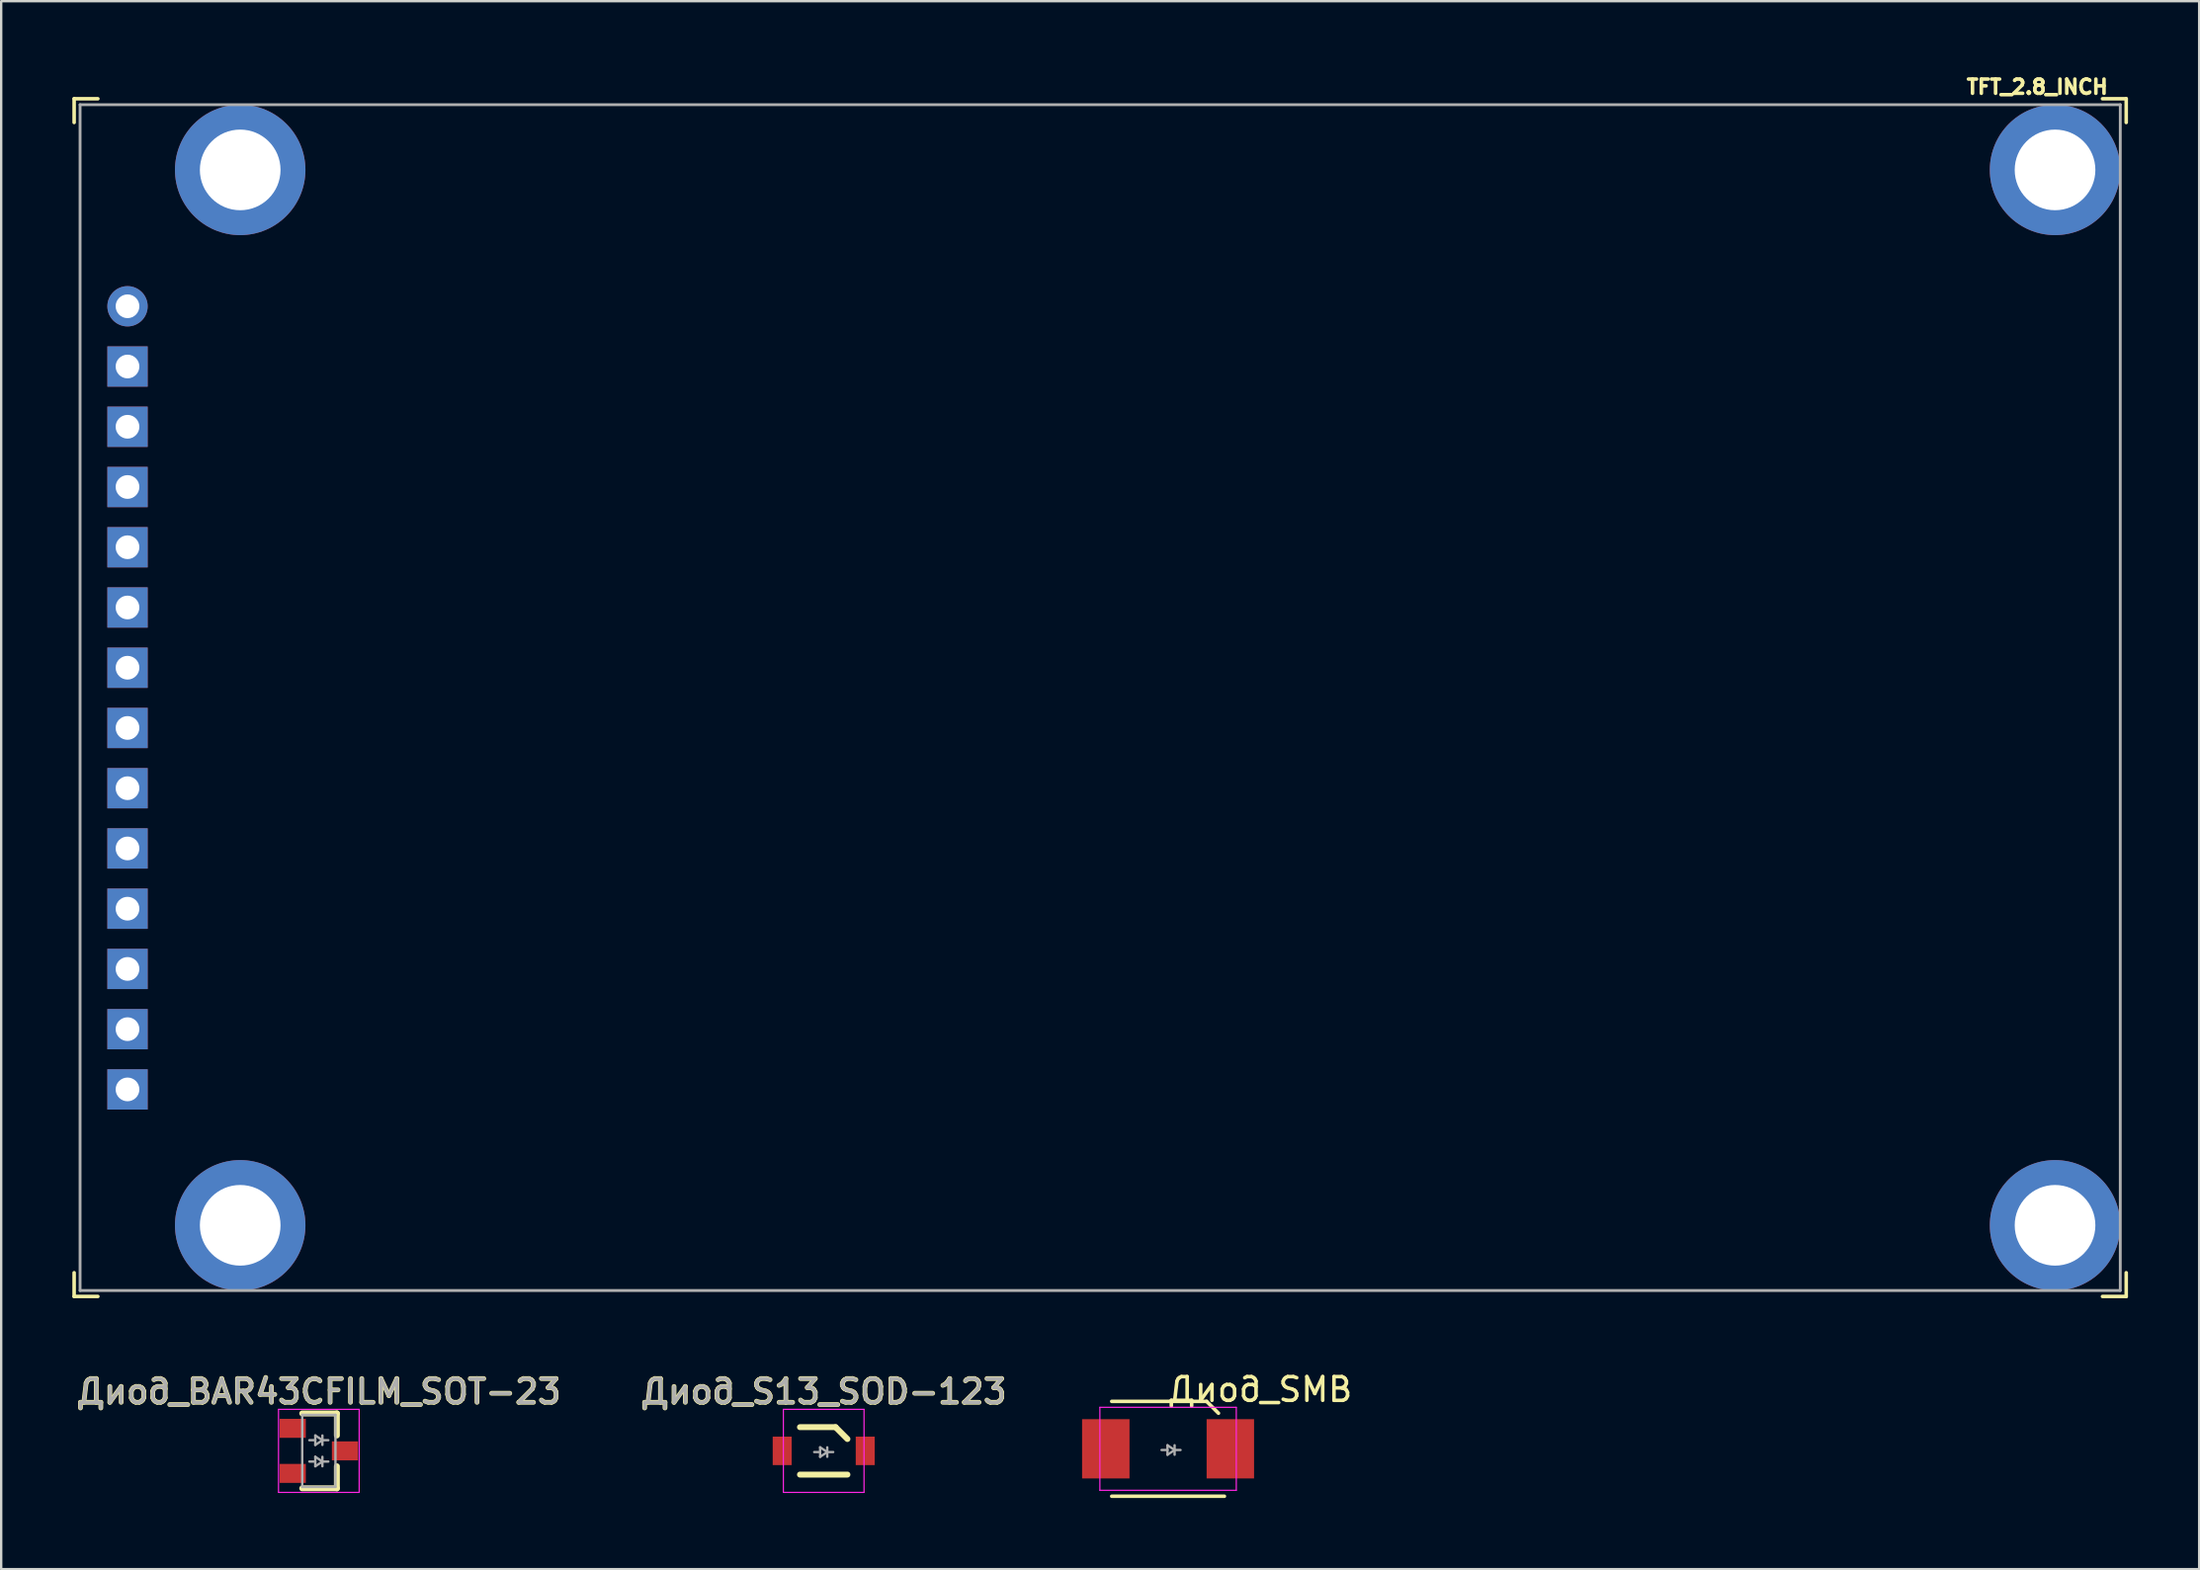
<source format=kicad_pcb>
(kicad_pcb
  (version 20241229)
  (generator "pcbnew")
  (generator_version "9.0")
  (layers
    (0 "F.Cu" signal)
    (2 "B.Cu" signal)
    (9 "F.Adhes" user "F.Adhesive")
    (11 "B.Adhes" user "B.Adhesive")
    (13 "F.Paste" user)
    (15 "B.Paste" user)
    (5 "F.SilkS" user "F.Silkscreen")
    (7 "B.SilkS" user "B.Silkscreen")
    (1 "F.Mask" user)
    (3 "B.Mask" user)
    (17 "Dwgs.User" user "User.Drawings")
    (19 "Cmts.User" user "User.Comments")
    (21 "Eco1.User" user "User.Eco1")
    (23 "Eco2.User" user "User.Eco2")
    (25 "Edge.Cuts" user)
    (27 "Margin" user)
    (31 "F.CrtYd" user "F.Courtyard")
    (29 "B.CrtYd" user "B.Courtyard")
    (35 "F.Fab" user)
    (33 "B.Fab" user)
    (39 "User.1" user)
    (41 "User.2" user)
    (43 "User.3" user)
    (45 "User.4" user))
  (footprint "TFT_2.8_INCH"
    (layer "F.Cu")
    (at 2.325 9.864)
    (property "Reference" "TFT_2.8_INCH" (at 80.5 -9.25 0) (layer "F.SilkS") (effects (font (size 0.6 0.6) (thickness 0.15))))
    (attr through_hole)
    (fp_line (start -2.25 -8.75) (end -2.25 -7.75) (stroke (width 0.15) (type solid)) (layer "F.SilkS"))
    (fp_line (start -2.25 -8.75) (end -1.25 -8.75) (stroke (width 0.15) (type solid)) (layer "F.SilkS"))
    (fp_line (start -2.25 41.75) (end -2.25 40.75) (stroke (width 0.15) (type solid)) (layer "F.SilkS"))
    (fp_line (start -2.25 41.75) (end -1.25 41.75) (stroke (width 0.15) (type solid)) (layer "F.SilkS"))
    (fp_line (start 84.25 -8.75) (end 83.25 -8.75) (stroke (width 0.15) (type solid)) (layer "F.SilkS"))
    (fp_line (start 84.25 -8.75) (end 84.25 -7.75) (stroke (width 0.15) (type solid)) (layer "F.SilkS"))
    (fp_line (start 84.25 41.75) (end 83.25 41.75) (stroke (width 0.15) (type solid)) (layer "F.SilkS"))
    (fp_line (start 84.25 41.75) (end 84.25 40.75) (stroke (width 0.15) (type solid)) (layer "F.SilkS"))
    (fp_line (start -2 -8.5) (end 84 -8.5) (stroke (width 0.12) (type solid)) (layer "F.Fab"))
    (fp_line (start -2 41.5) (end -2 -8.5) (stroke (width 0.12) (type solid)) (layer "F.Fab"))
    (fp_line (start 84 -8.5) (end 84 41.5) (stroke (width 0.12) (type solid)) (layer "F.Fab"))
    (fp_line (start 84 41.5) (end -2 41.5) (stroke (width 0.12) (type solid)) (layer "F.Fab"))
    (pad "0" thru_hole circle (at 4.75 -5.75) (size 5.5 5.5) (drill 3.4) (layers "*.Cu" "*.Mask"))
    (pad "0" thru_hole circle (at 4.75 38.75) (size 5.5 5.5) (drill 3.4) (layers "*.Cu" "*.Mask"))
    (pad "0" thru_hole circle (at 81.25 -5.75) (size 5.5 5.5) (drill 3.4) (layers "*.Cu" "*.Mask"))
    (pad "0" thru_hole circle (at 81.25 38.75) (size 5.5 5.5) (drill 3.4) (layers "*.Cu" "*.Mask"))
    (pad "1" thru_hole circle (at 0 0) (size 1.7 1.7) (drill 1) (layers "*.Cu" "*.Mask"))
    (pad "2" thru_hole rect (at 0 2.54) (size 1.7 1.7) (drill 1) (layers "*.Cu" "*.Mask"))
    (pad "3" thru_hole rect (at 0 5.08) (size 1.7 1.7) (drill 1) (layers "*.Cu" "*.Mask"))
    (pad "4" thru_hole rect (at 0 7.62) (size 1.7 1.7) (drill 1) (layers "*.Cu" "*.Mask"))
    (pad "5" thru_hole rect (at 0 10.16) (size 1.7 1.7) (drill 1) (layers "*.Cu" "*.Mask"))
    (pad "6" thru_hole rect (at 0 12.7) (size 1.7 1.7) (drill 1) (layers "*.Cu" "*.Mask"))
    (pad "7" thru_hole rect (at 0 15.24) (size 1.7 1.7) (drill 1) (layers "*.Cu" "*.Mask"))
    (pad "8" thru_hole rect (at 0 17.78) (size 1.7 1.7) (drill 1) (layers "*.Cu" "*.Mask"))
    (pad "9" thru_hole rect (at 0 20.32) (size 1.7 1.7) (drill 1) (layers "*.Cu" "*.Mask"))
    (pad "10" thru_hole rect (at 0 22.86) (size 1.7 1.7) (drill 1) (layers "*.Cu" "*.Mask"))
    (pad "11" thru_hole rect (at 0 25.4) (size 1.7 1.7) (drill 1) (layers "*.Cu" "*.Mask"))
    (pad "12" thru_hole rect (at 0 27.94) (size 1.7 1.7) (drill 1) (layers "*.Cu" "*.Mask"))
    (pad "13" thru_hole rect (at 0 30.48) (size 1.7 1.7) (drill 1) (layers "*.Cu" "*.Mask"))
    (pad "14" thru_hole rect (at 0 33.02) (size 1.7 1.7) (drill 1) (layers "*.Cu" "*.Mask")))
  (footprint "Диод_SMB"
    (layer "F.Cu")
    (at 43.812 58.038)
    (property "Reference" "Диод_SMB" (at 6.25 -2.5 0) (layer "F.SilkS") (effects (font (size 1 1) (thickness 0.15))))
    (attr smd)
    (fp_line (start 0 -2) (end 4 -2) (stroke (width 0.15) (type solid)) (layer "F.SilkS"))
    (fp_line (start 0 2) (end 4.75 2) (stroke (width 0.15) (type solid)) (layer "F.SilkS"))
    (fp_line (start 4.5 -1.5) (end 4 -2) (stroke (width 0.15) (type solid)) (layer "F.SilkS"))
    (fp_line (start -0.5 -1.75) (end 5.25 -1.75) (stroke (width 0.05) (type solid)) (layer "F.CrtYd"))
    (fp_line (start -0.5 1.75) (end -0.5 -1.75) (stroke (width 0.05) (type solid)) (layer "F.CrtYd"))
    (fp_line (start 5.25 -1.75) (end 5.25 1.75) (stroke (width 0.05) (type solid)) (layer "F.CrtYd"))
    (fp_line (start 5.25 1.75) (end -0.5 1.75) (stroke (width 0.05) (type solid)) (layer "F.CrtYd"))
    (fp_line (start 2.35 -0.15) (end 2.35 0.25) (stroke (width 0.1) (type solid)) (layer "F.Fab"))
    (fp_line (start 2.35 0.05) (end 2.1 0.05) (stroke (width 0.1) (type solid)) (layer "F.Fab"))
    (fp_line (start 2.35 0.25) (end 2.65 0.05) (stroke (width 0.1) (type solid)) (layer "F.Fab"))
    (fp_line (start 2.65 -0.15) (end 2.65 0.25) (stroke (width 0.1) (type solid)) (layer "F.Fab"))
    (fp_line (start 2.65 0.05) (end 2.35 -0.15) (stroke (width 0.1) (type solid)) (layer "F.Fab"))
    (fp_line (start 2.65 0.05) (end 2.9 0.05) (stroke (width 0.1) (type solid)) (layer "F.Fab"))
    (pad "1" smd rect (at -0.25 0 90) (size 2.5 2) (layers "F.Cu" "F.Mask" "F.Paste"))
    (pad "2" smd rect (at 5 0 90) (size 2.5 2) (layers "F.Cu" "F.Mask" "F.Paste")))
  (footprint "Диод_S13_SOD-123"
    (layer "F.Cu")
    (at 31.671 58.125)
    (property "Reference" "Диод_S13_SOD-123" (at 0 -2.5 0) (layer "F.SilkS") (effects (font (size 1 1) (thickness 0.2))))
    (attr smd)
    (fp_line (start -1 -1) (end 0.5 -1) (stroke (width 0.25) (type solid)) (layer "F.SilkS"))
    (fp_line (start -1 1) (end 1 1) (stroke (width 0.25) (type solid)) (layer "F.SilkS"))
    (fp_line (start 1 -0.5) (end 0.5 -1) (stroke (width 0.25) (type solid)) (layer "F.SilkS"))
    (fp_line (start -1.7 -1.75) (end 1.7 -1.75) (stroke (width 0.05) (type solid)) (layer "F.CrtYd"))
    (fp_line (start -1.7 1.75) (end -1.7 -1.75) (stroke (width 0.05) (type solid)) (layer "F.CrtYd"))
    (fp_line (start 1.7 -1.75) (end 1.7 1.75) (stroke (width 0.05) (type solid)) (layer "F.CrtYd"))
    (fp_line (start 1.7 1.75) (end -1.7 1.75) (stroke (width 0.05) (type solid)) (layer "F.CrtYd"))
    (fp_line (start -0.15 -0.15) (end -0.15 0.25) (stroke (width 0.1) (type solid)) (layer "F.Fab"))
    (fp_line (start -0.15 0.05) (end -0.4 0.05) (stroke (width 0.1) (type solid)) (layer "F.Fab"))
    (fp_line (start -0.15 0.25) (end 0.15 0.05) (stroke (width 0.1) (type solid)) (layer "F.Fab"))
    (fp_line (start 0.15 -0.15) (end 0.15 0.25) (stroke (width 0.1) (type solid)) (layer "F.Fab"))
    (fp_line (start 0.15 0.05) (end -0.15 -0.15) (stroke (width 0.1) (type solid)) (layer "F.Fab"))
    (fp_line (start 0.15 0.05) (end 0.4 0.05) (stroke (width 0.1) (type solid)) (layer "F.Fab"))
    (fp_text user "${REFERENCE}" (at 0 -2.5 0) (layer "F.Fab") (effects (font (size 1 1) (thickness 0.15))))
    (pad "1" smd rect (at -1.75 0 90) (size 1.2 0.8) (layers "F.Cu" "F.Mask" "F.Paste"))
    (pad "2" smd rect (at 1.75 0 90) (size 1.2 0.8) (layers "F.Cu" "F.Mask" "F.Paste")))
  (footprint "Диод_BAR43CFILM_SOT-23"
    (layer "F.Cu")
    (at 10.39 58.125)
    (property "Reference" "Диод_BAR43CFILM_SOT-23" (at 0 -2.5 0) (layer "F.SilkS") (effects (font (size 1 1) (thickness 0.2))))
    (attr smd)
    (fp_line (start 0.76 -1.58) (end -0.7 -1.58) (stroke (width 0.25) (type solid)) (layer "F.SilkS"))
    (fp_line (start 0.76 -1.58) (end 0.76 -0.65) (stroke (width 0.25) (type solid)) (layer "F.SilkS"))
    (fp_line (start 0.76 1.58) (end -0.7 1.58) (stroke (width 0.25) (type solid)) (layer "F.SilkS"))
    (fp_line (start 0.76 1.58) (end 0.76 0.65) (stroke (width 0.25) (type solid)) (layer "F.SilkS"))
    (fp_line (start -1.7 -1.75) (end 1.7 -1.75) (stroke (width 0.05) (type solid)) (layer "F.CrtYd"))
    (fp_line (start -1.7 1.75) (end -1.7 -1.75) (stroke (width 0.05) (type solid)) (layer "F.CrtYd"))
    (fp_line (start 1.7 -1.75) (end 1.7 1.75) (stroke (width 0.05) (type solid)) (layer "F.CrtYd"))
    (fp_line (start 1.7 1.75) (end -1.7 1.75) (stroke (width 0.05) (type solid)) (layer "F.CrtYd"))
    (fp_line (start -0.7 -1.52) (end -0.7 1.52) (stroke (width 0.1) (type solid)) (layer "F.Fab"))
    (fp_line (start -0.7 -1.52) (end 0.7 -1.52) (stroke (width 0.1) (type solid)) (layer "F.Fab"))
    (fp_line (start -0.7 1.52) (end 0.7 1.52) (stroke (width 0.1) (type solid)) (layer "F.Fab"))
    (fp_line (start -0.15 -0.65) (end -0.15 -0.25) (stroke (width 0.1) (type solid)) (layer "F.Fab"))
    (fp_line (start -0.15 -0.45) (end -0.4 -0.45) (stroke (width 0.1) (type solid)) (layer "F.Fab"))
    (fp_line (start -0.15 -0.25) (end 0.15 -0.45) (stroke (width 0.1) (type solid)) (layer "F.Fab"))
    (fp_line (start -0.15 0.25) (end -0.15 0.65) (stroke (width 0.1) (type solid)) (layer "F.Fab"))
    (fp_line (start -0.15 0.45) (end -0.4 0.45) (stroke (width 0.1) (type solid)) (layer "F.Fab"))
    (fp_line (start -0.15 0.65) (end 0.15 0.45) (stroke (width 0.1) (type solid)) (layer "F.Fab"))
    (fp_line (start 0.15 -0.65) (end 0.15 -0.25) (stroke (width 0.1) (type solid)) (layer "F.Fab"))
    (fp_line (start 0.15 -0.45) (end -0.15 -0.65) (stroke (width 0.1) (type solid)) (layer "F.Fab"))
    (fp_line (start 0.15 -0.45) (end 0.4 -0.45) (stroke (width 0.1) (type solid)) (layer "F.Fab"))
    (fp_line (start 0.15 0.25) (end 0.15 0.65) (stroke (width 0.1) (type solid)) (layer "F.Fab"))
    (fp_line (start 0.15 0.45) (end -0.15 0.25) (stroke (width 0.1) (type solid)) (layer "F.Fab"))
    (fp_line (start 0.15 0.45) (end 0.4 0.45) (stroke (width 0.1) (type solid)) (layer "F.Fab"))
    (fp_line (start 0.7 -1.52) (end 0.7 1.52) (stroke (width 0.1) (type solid)) (layer "F.Fab"))
    (fp_text user "${REFERENCE}" (at 0 -2.5 0) (layer "F.Fab") (effects (font (size 1 1) (thickness 0.15))))
    (pad "1" smd rect (at -1.1 -0.95) (size 1.1 0.8) (layers "F.Cu" "F.Mask" "F.Paste"))
    (pad "1" smd rect (at -1.1 0.95) (size 1.1 0.8) (layers "F.Cu" "F.Mask" "F.Paste"))
    (pad "2" smd rect (at 1.1 0) (size 1.1 0.8) (layers "F.Cu" "F.Mask" "F.Paste")))
  (gr_rect
    (start -3 -3)
    (end 89.65 63.112)
    (stroke (width 0.1) (type default))
    (fill no)
    (layer "Edge.Cuts")))
</source>
